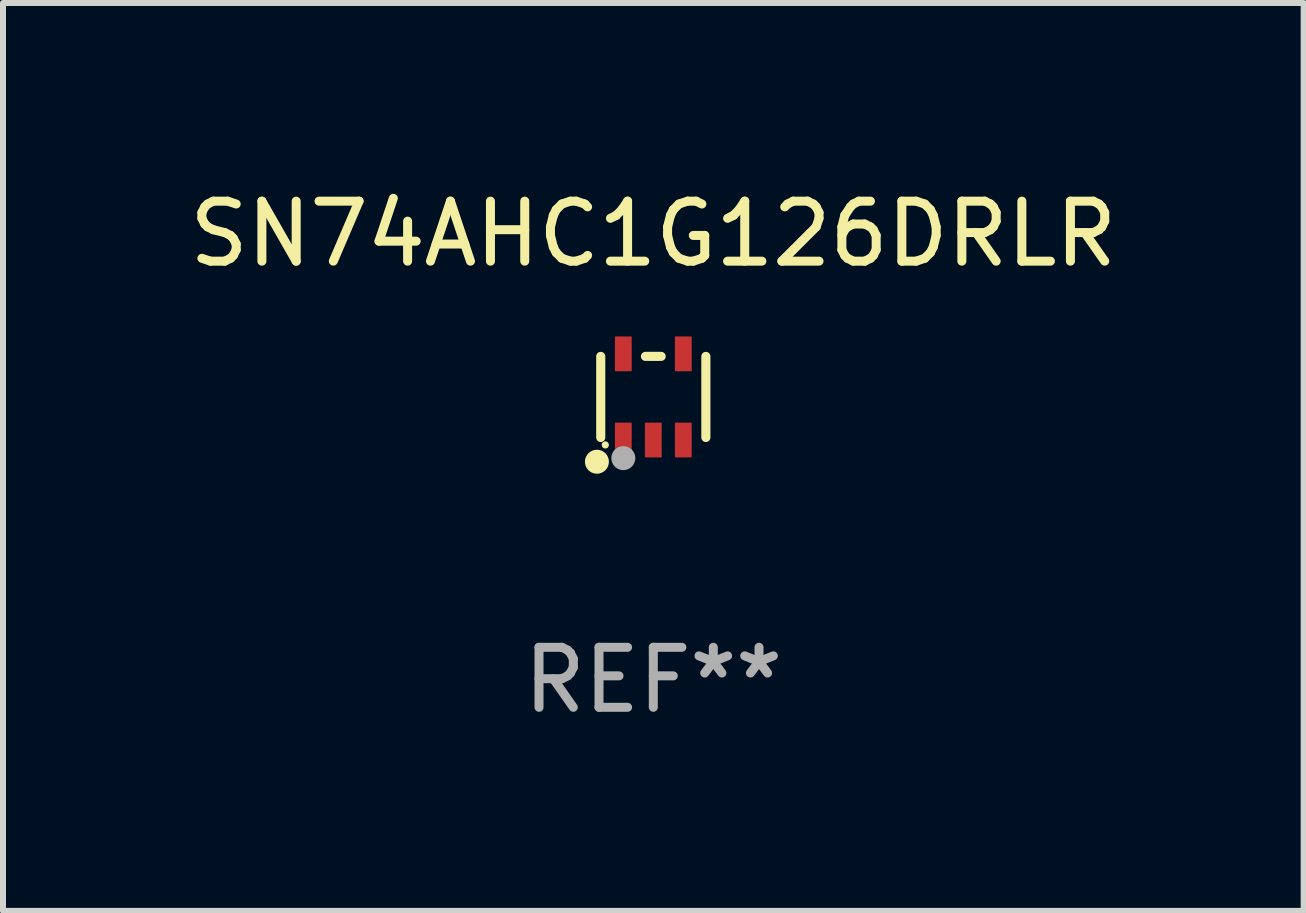
<source format=kicad_pcb>
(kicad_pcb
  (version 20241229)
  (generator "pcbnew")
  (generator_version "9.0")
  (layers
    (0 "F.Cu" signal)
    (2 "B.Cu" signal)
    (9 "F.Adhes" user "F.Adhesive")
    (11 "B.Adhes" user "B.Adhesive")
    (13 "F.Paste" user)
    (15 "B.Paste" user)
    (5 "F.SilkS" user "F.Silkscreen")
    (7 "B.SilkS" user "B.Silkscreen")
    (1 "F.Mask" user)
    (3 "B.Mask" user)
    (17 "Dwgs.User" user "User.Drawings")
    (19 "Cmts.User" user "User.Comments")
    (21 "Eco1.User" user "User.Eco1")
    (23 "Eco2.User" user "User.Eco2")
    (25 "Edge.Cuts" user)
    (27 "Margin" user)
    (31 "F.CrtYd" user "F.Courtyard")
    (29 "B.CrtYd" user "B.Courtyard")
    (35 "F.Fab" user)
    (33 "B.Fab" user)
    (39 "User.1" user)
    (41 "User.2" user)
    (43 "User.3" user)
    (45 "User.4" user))
  (footprint "SN74AHC1G126DRLR"
    (layer "F.Cu")
    (at 7.839 3.566)
    (property "Reference" "SN74AHC1G126DRLR" (at 0 -2.718 0) (layer "F.SilkS") (effects (font (size 1 1) (thickness 0.15))))
    (attr through_hole)
    (fp_line (start -0.876 0.676) (end -0.876 -0.676) (stroke (width 0.152) (type solid)) (layer "F.SilkS"))
    (fp_line (start 0.131 -0.676) (end -0.131 -0.676) (stroke (width 0.152) (type solid)) (layer "F.SilkS"))
    (fp_line (start 0.876 0.676) (end 0.876 -0.676) (stroke (width 0.152) (type solid)) (layer "F.SilkS"))
    (fp_circle (center -0.94 1.08) (end -0.84 1.08) (stroke (width 0.2) (type solid)) (fill no) (layer "F.SilkS"))
    (fp_circle (center -0.8 0.8) (end -0.77 0.8) (stroke (width 0.06) (type solid)) (fill no) (layer "F.SilkS"))
    (fp_circle (center -0.5 1.02) (end -0.4 1.02) (stroke (width 0.2) (type solid)) (fill no) (layer "F.Fab"))
    (fp_text user "REF**" (at 0 4.718 0) (layer "F.Fab") (effects (font (size 1 1) (thickness 0.15))))
    (pad "1" smd rect (at -0.5 0.718) (size 0.28 0.58) (layers "F.Cu" "F.Mask" "F.Paste"))
    (pad "2" smd rect (at -0.000102 0.718) (size 0.28 0.58) (layers "F.Cu" "F.Mask" "F.Paste"))
    (pad "3" smd rect (at 0.5 0.718) (size 0.28 0.58) (layers "F.Cu" "F.Mask" "F.Paste"))
    (pad "4" smd rect (at 0.5 -0.718) (size 0.28 0.58) (layers "F.Cu" "F.Mask" "F.Paste"))
    (pad "5" smd rect (at -0.5 -0.718) (size 0.28 0.58) (layers "F.Cu" "F.Mask" "F.Paste")))
  (gr_rect
    (start -3 -3)
    (end 18.679 12.132)
    (stroke (width 0.1) (type default))
    (fill no)
    (layer "Edge.Cuts")))
</source>
